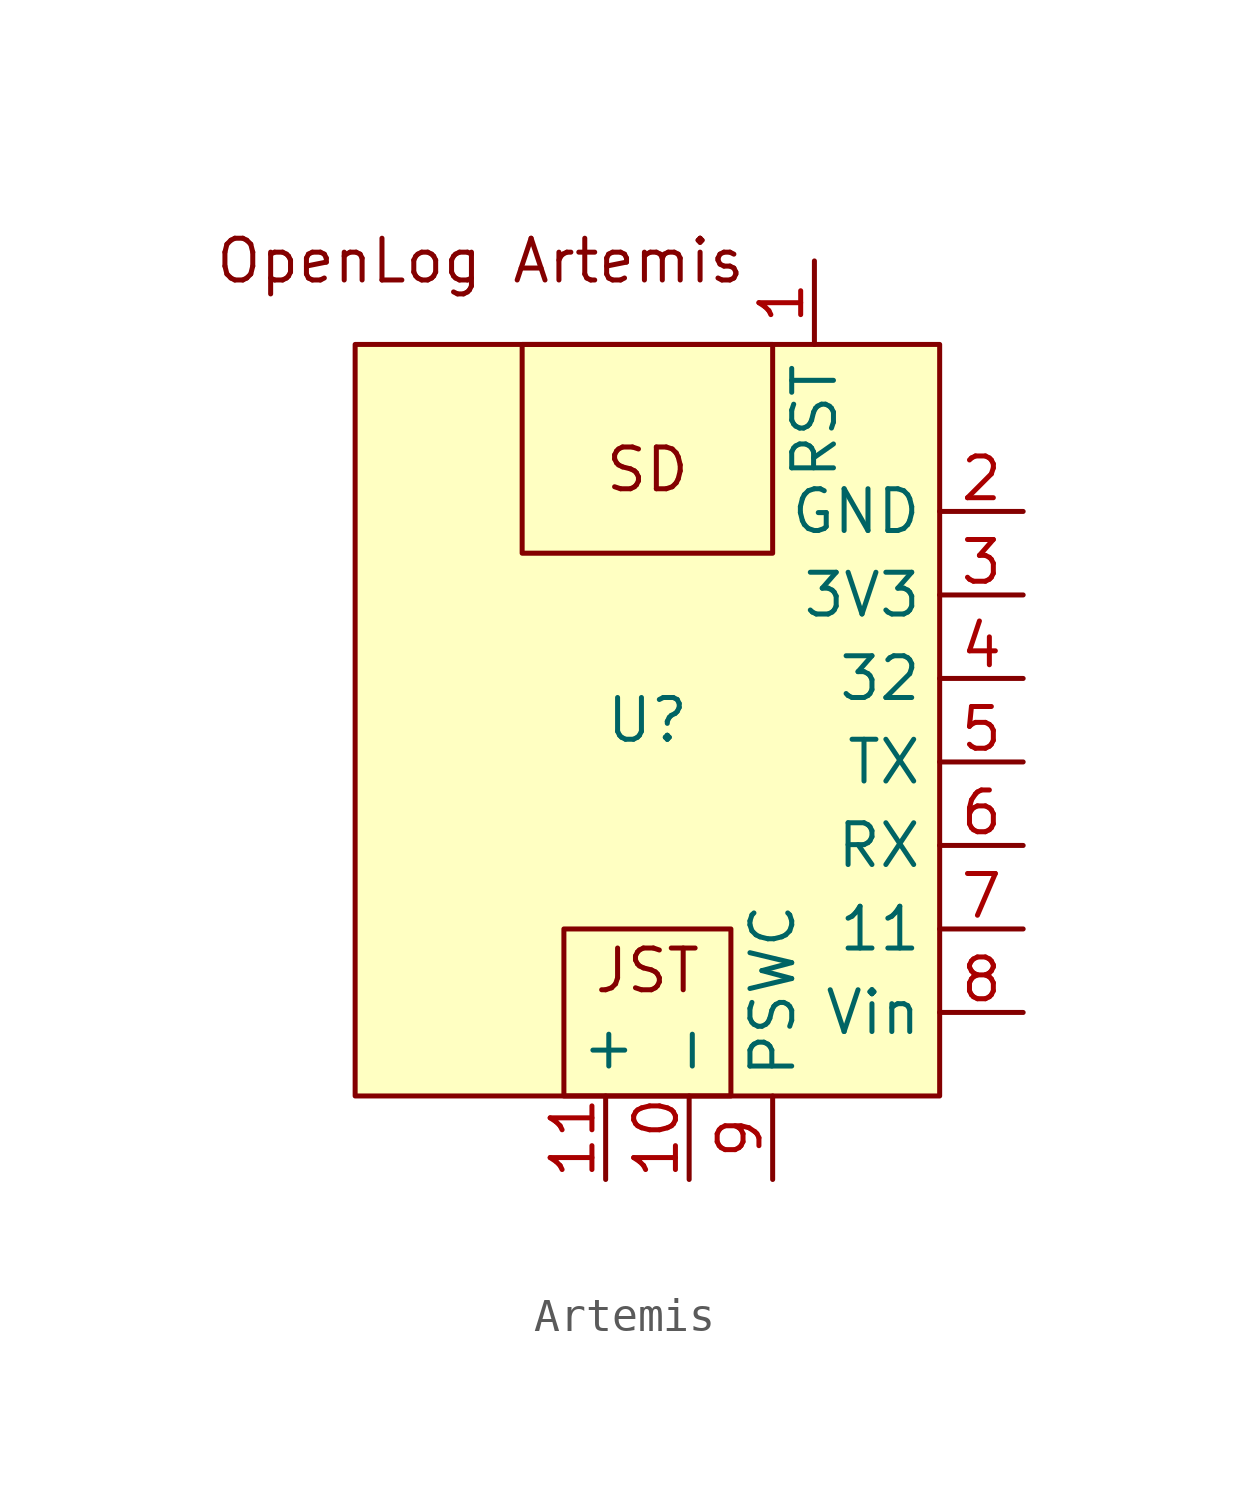
<source format=kicad_sym>
(kicad_symbol_lib
  (version 20220914)
  (generator kicad_symbol_editor)
  (symbol "Artemis"
    (property "Reference" "U"
      (at 0 -3.81 0)
      (effects (font (size 1.27 1.27))))
    (property "Value" ""
      (at 0 0 0)
      (effects (font (size 1.27 1.27))))
    (symbol "Artemis_0_1"
      (rectangle (start -2.54 -10.16) (end 2.54 -15.24) (stroke (width 0) (type default)) (fill (type none))))
    (symbol "Artemis_1_1"
      (rectangle (start -8.89 7.62) (end 8.89 -15.24) (stroke (width 0) (type default)) (fill (type background)))
      (rectangle (start -3.81 7.62) (end 3.81 1.27) (stroke (width 0) (type default)) (fill (type none)))
      (text "JST\n" (at 0 -11.43 0) (effects (font (size 1.27 1.27))))
      (text "OpenLog Artemis" (at -5.08 10.16 0) (effects (font (size 1.27 1.27))))
      (text "SD" (at 0 3.81 0) (effects (font (size 1.27 1.27))))
      (pin bidirectional line (at 5.08 10.16 270) (length 2.54) (name "RST" (effects (font (size 1.27 1.27)))) (number "1" (effects (font (size 1.27 1.27)))))
      (pin bidirectional line (at 1.27 -17.78 90) (length 2.54) (name "-" (effects (font (size 1.27 1.27)))) (number "10" (effects (font (size 1.27 1.27)))))
      (pin bidirectional line (at -1.27 -17.78 90) (length 2.54) (name "+" (effects (font (size 1.27 1.27)))) (number "11" (effects (font (size 1.27 1.27)))))
      (pin bidirectional line (at 11.43 2.54 180) (length 2.54) (name "GND" (effects (font (size 1.27 1.27)))) (number "2" (effects (font (size 1.27 1.27)))))
      (pin bidirectional line (at 11.43 0 180) (length 2.54) (name "3V3" (effects (font (size 1.27 1.27)))) (number "3" (effects (font (size 1.27 1.27)))))
      (pin bidirectional line (at 11.43 -2.54 180) (length 2.54) (name "32" (effects (font (size 1.27 1.27)))) (number "4" (effects (font (size 1.27 1.27)))))
      (pin bidirectional line (at 11.43 -5.08 180) (length 2.54) (name "TX" (effects (font (size 1.27 1.27)))) (number "5" (effects (font (size 1.27 1.27)))))
      (pin bidirectional line (at 11.43 -7.62 180) (length 2.54) (name "RX" (effects (font (size 1.27 1.27)))) (number "6" (effects (font (size 1.27 1.27)))))
      (pin bidirectional line (at 11.43 -10.16 180) (length 2.54) (name "11" (effects (font (size 1.27 1.27)))) (number "7" (effects (font (size 1.27 1.27)))))
      (pin bidirectional line (at 11.43 -12.7 180) (length 2.54) (name "Vin" (effects (font (size 1.27 1.27)))) (number "8" (effects (font (size 1.27 1.27)))))
      (pin bidirectional line (at 3.81 -17.78 90) (length 2.54) (name "PSWC" (effects (font (size 1.27 1.27)))) (number "9" (effects (font (size 1.27 1.27))))))))
</source>
